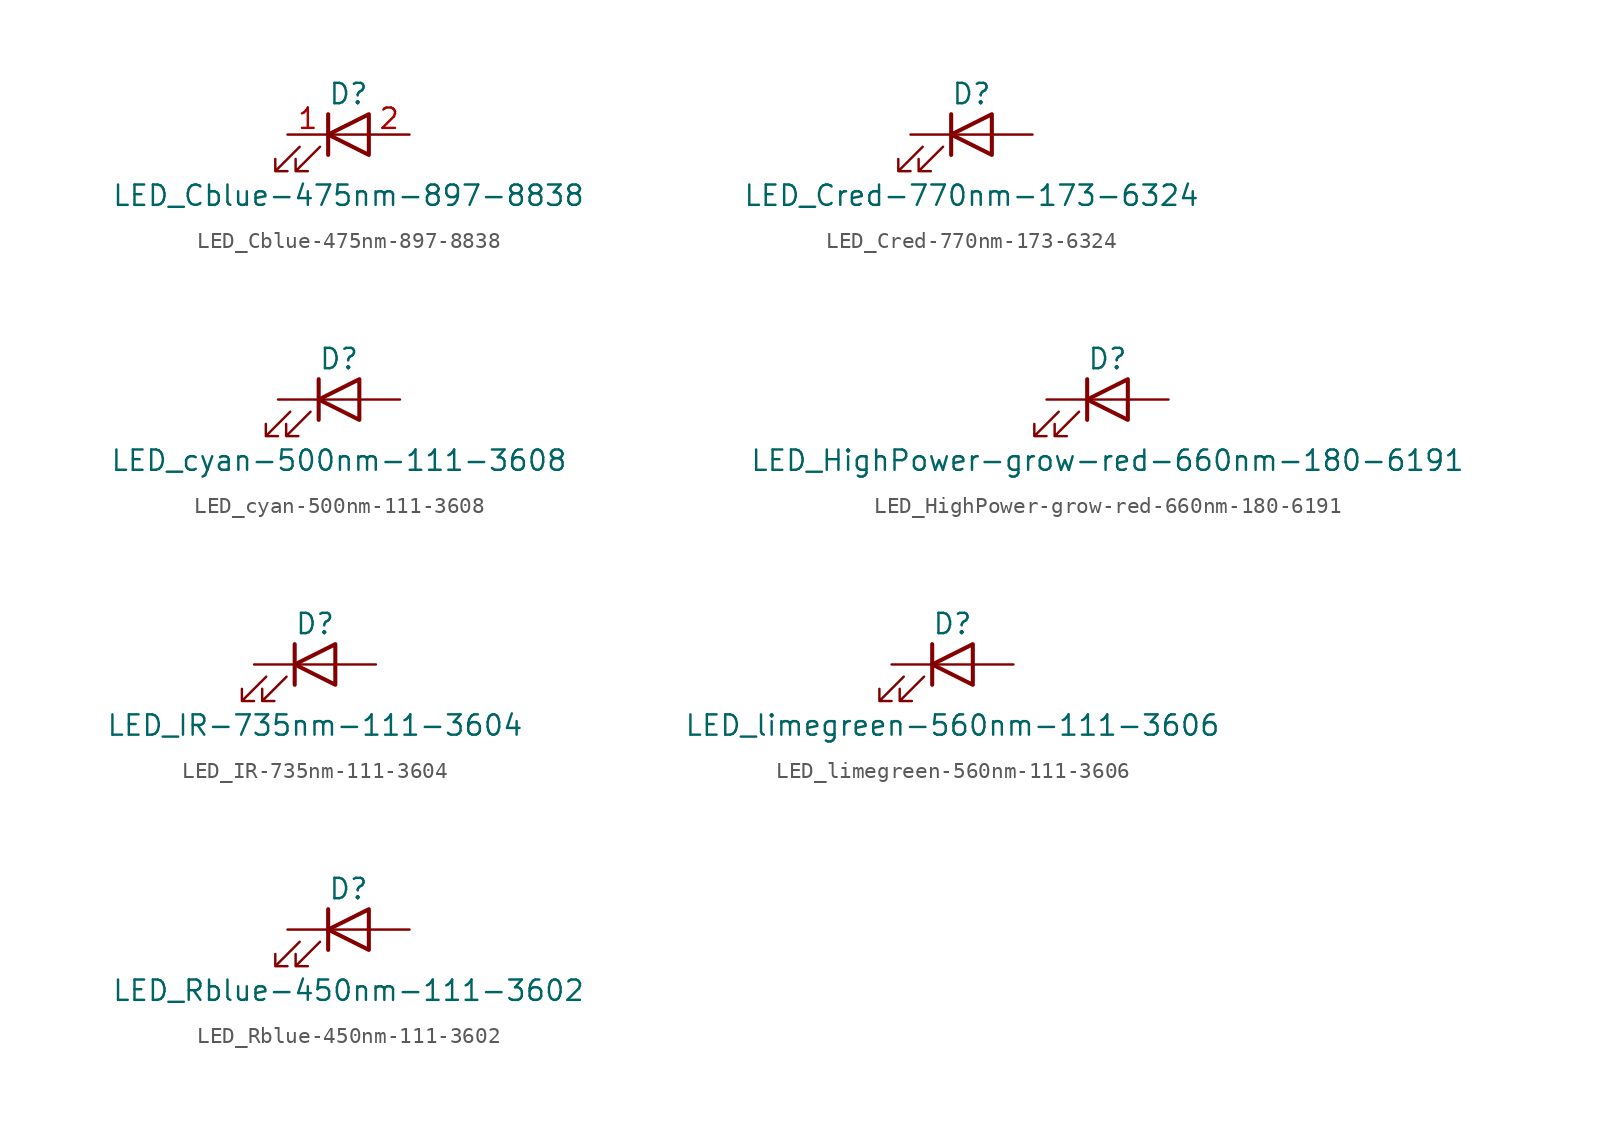
<source format=kicad_sym>
(kicad_symbol_lib
  (version 20220914)
  (generator kicad_symbol_editor)
  (symbol "LED_Cblue-475nm-897-8838"
    (pin_names
      (offset 1.016) hide)
    (property "Reference" "D"
      (at 0 2.54 0)
      (effects (font (size 1.27 1.27))))
    (property "Value" "LED_Cblue-475nm-897-8838"
      (at 0 -3.81 0)
      (effects (font (size 1.27 1.27))))
    (symbol "LED_Cblue-475nm-897-8838_0_1"
      (polyline (pts (xy -1.27 -1.27) (xy -1.27 1.27)) (stroke (width 0.254) (type default)) (fill (type none)))
      (polyline (pts (xy -1.27 0) (xy 1.27 0)) (stroke (width 0) (type default)) (fill (type none)))
      (polyline (pts (xy 1.27 -1.27) (xy 1.27 1.27) (xy -1.27 0) (xy 1.27 -1.27)) (stroke (width 0.254) (type default)) (fill (type none)))
      (polyline (pts (xy -3.048 -0.762) (xy -4.572 -2.286) (xy -3.81 -2.286) (xy -4.572 -2.286) (xy -4.572 -1.524)) (stroke (width 0) (type default)) (fill (type none)))
      (polyline (pts (xy -1.778 -0.762) (xy -3.302 -2.286) (xy -2.54 -2.286) (xy -3.302 -2.286) (xy -3.302 -1.524)) (stroke (width 0) (type default)) (fill (type none))))
    (symbol "LED_Cblue-475nm-897-8838_1_1"
      (pin passive line (at -3.81 0 0) (length 2.54) (name "K" (effects (font (size 1.27 1.27)))) (number "1" (effects (font (size 1.27 1.27)))))
      (pin passive line (at 3.81 0 180) (length 2.54) (name "A" (effects (font (size 1.27 1.27)))) (number "2" (effects (font (size 1.27 1.27)))))))
  (symbol "LED_Cred-770nm-173-6324"
    (pin_numbers hide)
    (pin_names
      (offset 1.016) hide)
    (property "Reference" "D"
      (at 0 2.54 0)
      (effects (font (size 1.27 1.27))))
    (property "Value" "LED_Cred-770nm-173-6324"
      (at 0 -3.81 0)
      (effects (font (size 1.27 1.27))))
    (symbol "LED_Cred-770nm-173-6324_0_1"
      (polyline (pts (xy -1.27 -1.27) (xy -1.27 1.27)) (stroke (width 0.254) (type default)) (fill (type none)))
      (polyline (pts (xy -1.27 0) (xy 1.27 0)) (stroke (width 0) (type default)) (fill (type none)))
      (polyline (pts (xy 1.27 -1.27) (xy 1.27 1.27) (xy -1.27 0) (xy 1.27 -1.27)) (stroke (width 0.254) (type default)) (fill (type none)))
      (polyline (pts (xy -3.048 -0.762) (xy -4.572 -2.286) (xy -3.81 -2.286) (xy -4.572 -2.286) (xy -4.572 -1.524)) (stroke (width 0) (type default)) (fill (type none)))
      (polyline (pts (xy -1.778 -0.762) (xy -3.302 -2.286) (xy -2.54 -2.286) (xy -3.302 -2.286) (xy -3.302 -1.524)) (stroke (width 0) (type default)) (fill (type none))))
    (symbol "LED_Cred-770nm-173-6324_1_1"
      (pin passive line (at -3.81 0 0) (length 2.54) (name "K" (effects (font (size 1.27 1.27)))) (number "1" (effects (font (size 1.27 1.27)))))
      (pin passive line (at 3.81 0 180) (length 2.54) (name "A" (effects (font (size 1.27 1.27)))) (number "2" (effects (font (size 1.27 1.27)))))))
  (symbol "LED_cyan-500nm-111-3608"
    (pin_numbers hide)
    (pin_names
      (offset 1.016) hide)
    (property "Reference" "D"
      (at 0 2.54 0)
      (effects (font (size 1.27 1.27))))
    (property "Value" "LED_cyan-500nm-111-3608"
      (at 0 -3.81 0)
      (effects (font (size 1.27 1.27))))
    (symbol "LED_cyan-500nm-111-3608_0_1"
      (polyline (pts (xy -1.27 -1.27) (xy -1.27 1.27)) (stroke (width 0.254) (type default)) (fill (type none)))
      (polyline (pts (xy -1.27 0) (xy 1.27 0)) (stroke (width 0) (type default)) (fill (type none)))
      (polyline (pts (xy 1.27 -1.27) (xy 1.27 1.27) (xy -1.27 0) (xy 1.27 -1.27)) (stroke (width 0.254) (type default)) (fill (type none)))
      (polyline (pts (xy -3.048 -0.762) (xy -4.572 -2.286) (xy -3.81 -2.286) (xy -4.572 -2.286) (xy -4.572 -1.524)) (stroke (width 0) (type default)) (fill (type none)))
      (polyline (pts (xy -1.778 -0.762) (xy -3.302 -2.286) (xy -2.54 -2.286) (xy -3.302 -2.286) (xy -3.302 -1.524)) (stroke (width 0) (type default)) (fill (type none))))
    (symbol "LED_cyan-500nm-111-3608_1_1"
      (pin passive line (at -3.81 0 0) (length 2.54) (name "K" (effects (font (size 1.27 1.27)))) (number "1" (effects (font (size 1.27 1.27)))))
      (pin passive line (at 3.81 0 180) (length 2.54) (name "A" (effects (font (size 1.27 1.27)))) (number "2" (effects (font (size 1.27 1.27)))))))
  (symbol "LED_HighPower-grow-red-660nm-180-6191"
    (pin_numbers hide)
    (pin_names
      (offset 1.016) hide)
    (property "Reference" "D"
      (at 0 2.54 0)
      (effects (font (size 1.27 1.27))))
    (property "Value" "LED_HighPower-grow-red-660nm-180-6191"
      (at 0 -3.81 0)
      (effects (font (size 1.27 1.27))))
    (symbol "LED_HighPower-grow-red-660nm-180-6191_0_1"
      (polyline (pts (xy -1.27 -1.27) (xy -1.27 1.27)) (stroke (width 0.254) (type default)) (fill (type none)))
      (polyline (pts (xy -1.27 0) (xy 1.27 0)) (stroke (width 0) (type default)) (fill (type none)))
      (polyline (pts (xy 1.27 -1.27) (xy 1.27 1.27) (xy -1.27 0) (xy 1.27 -1.27)) (stroke (width 0.254) (type default)) (fill (type none)))
      (polyline (pts (xy -3.048 -0.762) (xy -4.572 -2.286) (xy -3.81 -2.286) (xy -4.572 -2.286) (xy -4.572 -1.524)) (stroke (width 0) (type default)) (fill (type none)))
      (polyline (pts (xy -1.778 -0.762) (xy -3.302 -2.286) (xy -2.54 -2.286) (xy -3.302 -2.286) (xy -3.302 -1.524)) (stroke (width 0) (type default)) (fill (type none))))
    (symbol "LED_HighPower-grow-red-660nm-180-6191_1_1"
      (pin passive line (at -3.81 0 0) (length 2.54) (name "K" (effects (font (size 1.27 1.27)))) (number "1" (effects (font (size 1.27 1.27)))))
      (pin passive line (at 3.81 0 180) (length 2.54) (name "A" (effects (font (size 1.27 1.27)))) (number "2" (effects (font (size 1.27 1.27)))))))
  (symbol "LED_IR-735nm-111-3604"
    (pin_numbers hide)
    (pin_names
      (offset 1.016) hide)
    (property "Reference" "D"
      (at 0 2.54 0)
      (effects (font (size 1.27 1.27))))
    (property "Value" "LED_IR-735nm-111-3604"
      (at 0 -3.81 0)
      (effects (font (size 1.27 1.27))))
    (symbol "LED_IR-735nm-111-3604_0_1"
      (polyline (pts (xy -1.27 -1.27) (xy -1.27 1.27)) (stroke (width 0.254) (type default)) (fill (type none)))
      (polyline (pts (xy -1.27 0) (xy 1.27 0)) (stroke (width 0) (type default)) (fill (type none)))
      (polyline (pts (xy 1.27 -1.27) (xy 1.27 1.27) (xy -1.27 0) (xy 1.27 -1.27)) (stroke (width 0.254) (type default)) (fill (type none)))
      (polyline (pts (xy -3.048 -0.762) (xy -4.572 -2.286) (xy -3.81 -2.286) (xy -4.572 -2.286) (xy -4.572 -1.524)) (stroke (width 0) (type default)) (fill (type none)))
      (polyline (pts (xy -1.778 -0.762) (xy -3.302 -2.286) (xy -2.54 -2.286) (xy -3.302 -2.286) (xy -3.302 -1.524)) (stroke (width 0) (type default)) (fill (type none))))
    (symbol "LED_IR-735nm-111-3604_1_1"
      (pin passive line (at -3.81 0 0) (length 2.54) (name "K" (effects (font (size 1.27 1.27)))) (number "1" (effects (font (size 1.27 1.27)))))
      (pin passive line (at 3.81 0 180) (length 2.54) (name "A" (effects (font (size 1.27 1.27)))) (number "2" (effects (font (size 1.27 1.27)))))))
  (symbol "LED_limegreen-560nm-111-3606"
    (pin_numbers hide)
    (pin_names
      (offset 1.016) hide)
    (property "Reference" "D"
      (at 0 2.54 0)
      (effects (font (size 1.27 1.27))))
    (property "Value" "LED_limegreen-560nm-111-3606"
      (at 0 -3.81 0)
      (effects (font (size 1.27 1.27))))
    (symbol "LED_limegreen-560nm-111-3606_0_1"
      (polyline (pts (xy -1.27 -1.27) (xy -1.27 1.27)) (stroke (width 0.254) (type default)) (fill (type none)))
      (polyline (pts (xy -1.27 0) (xy 1.27 0)) (stroke (width 0) (type default)) (fill (type none)))
      (polyline (pts (xy 1.27 -1.27) (xy 1.27 1.27) (xy -1.27 0) (xy 1.27 -1.27)) (stroke (width 0.254) (type default)) (fill (type none)))
      (polyline (pts (xy -3.048 -0.762) (xy -4.572 -2.286) (xy -3.81 -2.286) (xy -4.572 -2.286) (xy -4.572 -1.524)) (stroke (width 0) (type default)) (fill (type none)))
      (polyline (pts (xy -1.778 -0.762) (xy -3.302 -2.286) (xy -2.54 -2.286) (xy -3.302 -2.286) (xy -3.302 -1.524)) (stroke (width 0) (type default)) (fill (type none))))
    (symbol "LED_limegreen-560nm-111-3606_1_1"
      (pin passive line (at -3.81 0 0) (length 2.54) (name "K" (effects (font (size 1.27 1.27)))) (number "1" (effects (font (size 1.27 1.27)))))
      (pin passive line (at 3.81 0 180) (length 2.54) (name "A" (effects (font (size 1.27 1.27)))) (number "2" (effects (font (size 1.27 1.27)))))))
  (symbol "LED_Rblue-450nm-111-3602"
    (pin_numbers hide)
    (pin_names
      (offset 1.016) hide)
    (property "Reference" "D"
      (at 0 2.54 0)
      (effects (font (size 1.27 1.27))))
    (property "Value" "LED_Rblue-450nm-111-3602"
      (at 0 -3.81 0)
      (effects (font (size 1.27 1.27))))
    (symbol "LED_Rblue-450nm-111-3602_0_1"
      (polyline (pts (xy -1.27 -1.27) (xy -1.27 1.27)) (stroke (width 0.254) (type default)) (fill (type none)))
      (polyline (pts (xy -1.27 0) (xy 1.27 0)) (stroke (width 0) (type default)) (fill (type none)))
      (polyline (pts (xy 1.27 -1.27) (xy 1.27 1.27) (xy -1.27 0) (xy 1.27 -1.27)) (stroke (width 0.254) (type default)) (fill (type none)))
      (polyline (pts (xy -3.048 -0.762) (xy -4.572 -2.286) (xy -3.81 -2.286) (xy -4.572 -2.286) (xy -4.572 -1.524)) (stroke (width 0) (type default)) (fill (type none)))
      (polyline (pts (xy -1.778 -0.762) (xy -3.302 -2.286) (xy -2.54 -2.286) (xy -3.302 -2.286) (xy -3.302 -1.524)) (stroke (width 0) (type default)) (fill (type none))))
    (symbol "LED_Rblue-450nm-111-3602_1_1"
      (pin passive line (at -3.81 0 0) (length 2.54) (name "K" (effects (font (size 1.27 1.27)))) (number "1" (effects (font (size 1.27 1.27)))))
      (pin passive line (at 3.81 0 180) (length 2.54) (name "A" (effects (font (size 1.27 1.27)))) (number "2" (effects (font (size 1.27 1.27))))))))
</source>
